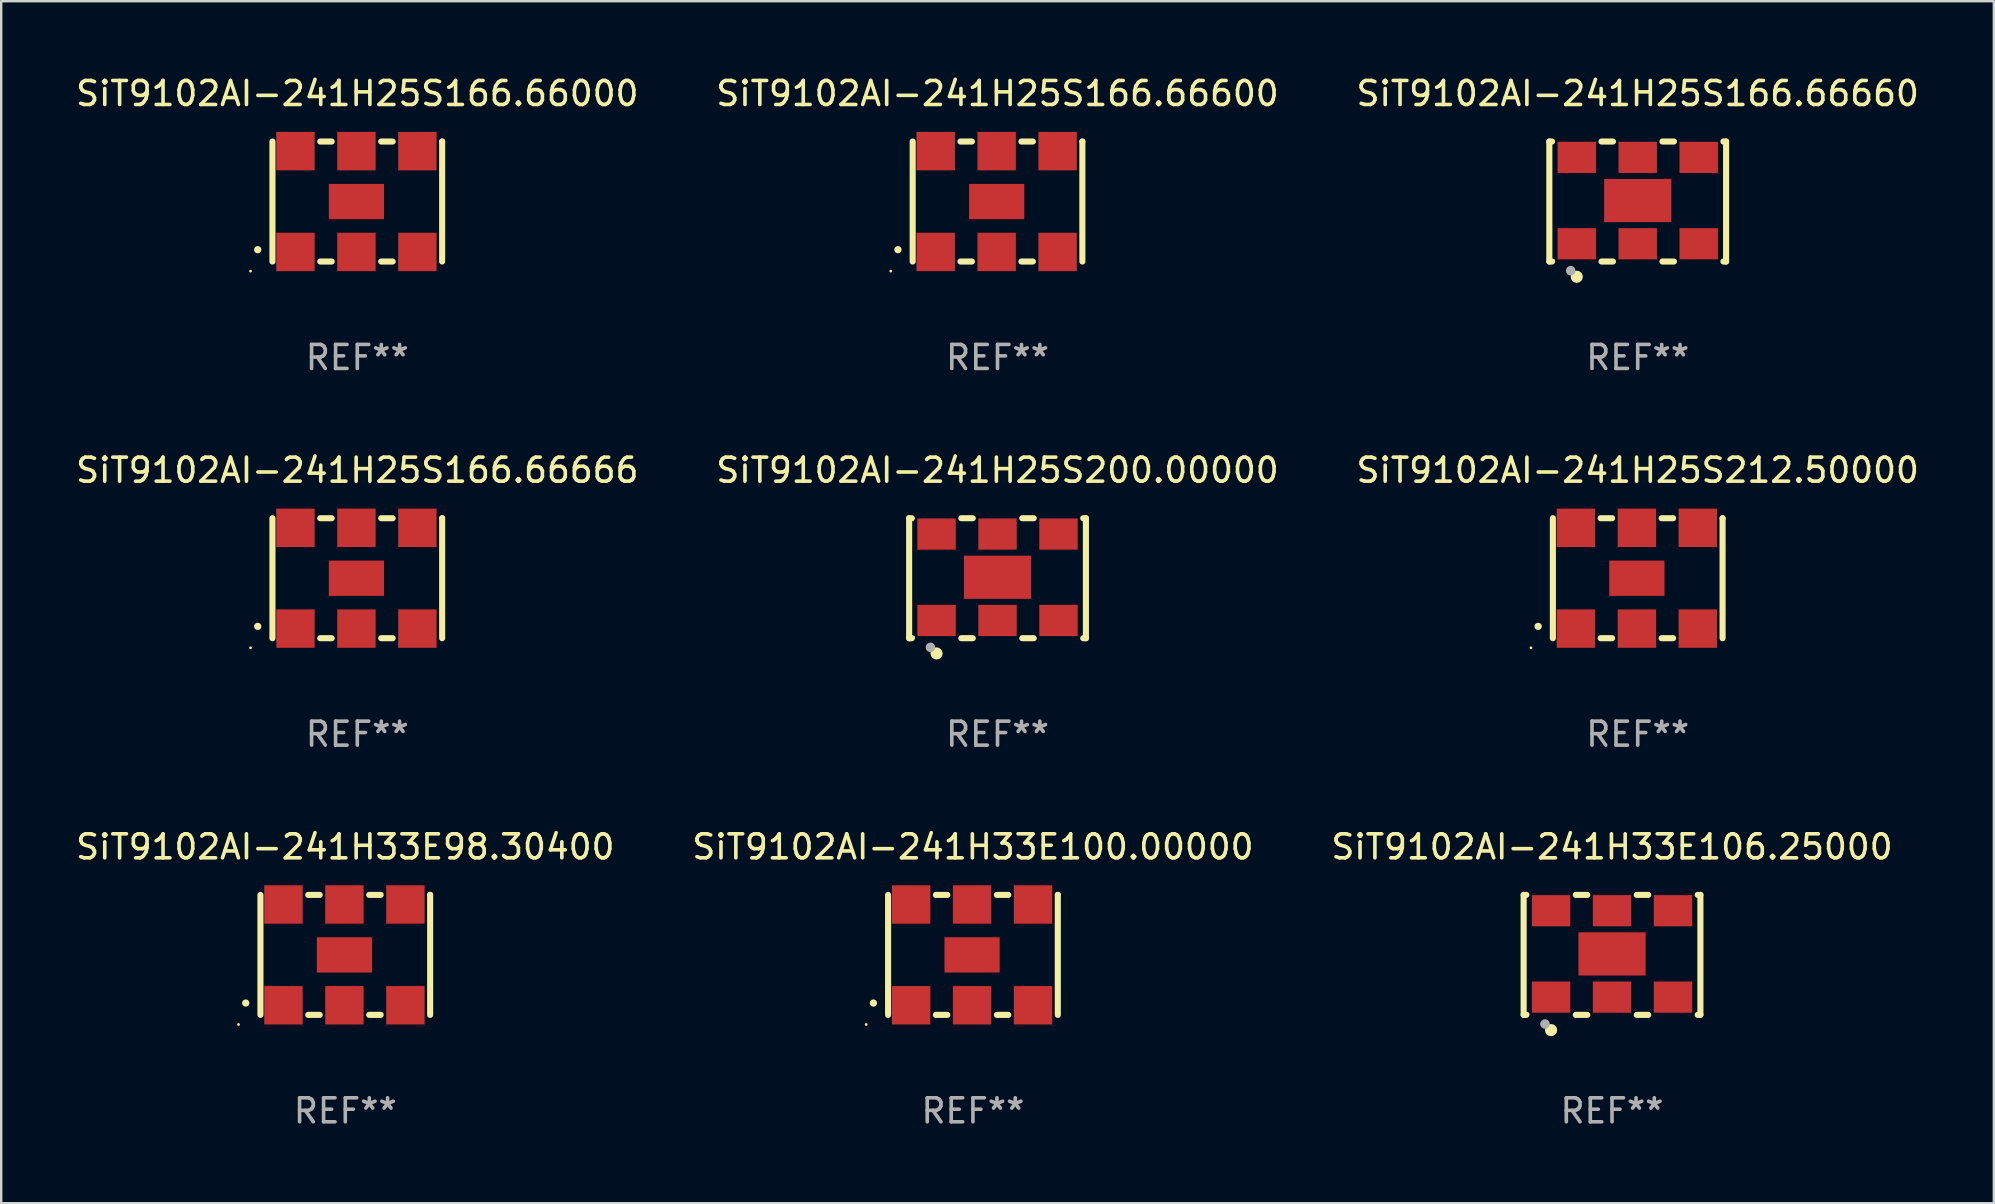
<source format=kicad_pcb>
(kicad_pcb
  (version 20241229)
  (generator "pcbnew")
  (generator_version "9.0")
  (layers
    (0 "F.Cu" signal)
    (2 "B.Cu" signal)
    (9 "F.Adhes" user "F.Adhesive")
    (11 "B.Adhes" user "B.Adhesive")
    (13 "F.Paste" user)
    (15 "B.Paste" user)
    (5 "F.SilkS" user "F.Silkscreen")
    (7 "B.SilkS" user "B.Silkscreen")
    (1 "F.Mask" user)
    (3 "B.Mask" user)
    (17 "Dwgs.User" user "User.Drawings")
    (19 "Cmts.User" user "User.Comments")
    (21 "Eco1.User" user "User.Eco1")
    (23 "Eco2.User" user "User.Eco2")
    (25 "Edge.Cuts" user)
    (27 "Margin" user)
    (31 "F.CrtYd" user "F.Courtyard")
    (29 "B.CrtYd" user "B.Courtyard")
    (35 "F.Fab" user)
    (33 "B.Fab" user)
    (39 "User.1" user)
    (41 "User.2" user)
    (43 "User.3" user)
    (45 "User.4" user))
  (footprint "SiT9102AI-241H25S166.66000"
    (layer "F.Cu")
    (at 11.839 5.348)
    (property "Reference" "SiT9102AI-241H25S166.66000" (at 0 -4.5 0) (layer "F.SilkS") (effects (font (size 1 1) (thickness 0.15))))
    (attr through_hole)
    (fp_line (start -3.536 -2.5) (end -3.536 2.5) (stroke (width 0.254) (type solid)) (layer "F.SilkS"))
    (fp_line (start -1.544 2.5) (end -1.067 2.5) (stroke (width 0.254) (type solid)) (layer "F.SilkS"))
    (fp_line (start -1.067 -2.5) (end -1.544 -2.5) (stroke (width 0.254) (type solid)) (layer "F.SilkS"))
    (fp_line (start 0.996 2.5) (end 1.473 2.5) (stroke (width 0.254) (type solid)) (layer "F.SilkS"))
    (fp_line (start 1.473 -2.5) (end 0.996 -2.5) (stroke (width 0.254) (type solid)) (layer "F.SilkS"))
    (fp_line (start 3.536 -2.5) (end 3.536 -2.5) (stroke (width 0.254) (type solid)) (layer "F.SilkS"))
    (fp_line (start 3.536 2.5) (end 3.536 -2.5) (stroke (width 0.254) (type solid)) (layer "F.SilkS"))
    (fp_arc (start -4.150432 2.006604) (mid -4.149162 2.006599) (end -4.147892 2.006604) (stroke (width 0.3) (type solid)) (layer "F.SilkS"))
    (fp_circle (center -4.449 2.9) (end -4.419 2.9) (stroke (width 0.06) (type solid)) (fill no) (layer "F.SilkS"))
    (fp_text user "REF**" (at 0 6.5 0) (layer "F.Fab") (effects (font (size 1 1) (thickness 0.15))))
    (pad "1" smd rect (at -2.576 2.1) (size 1.6 1.6) (layers "F.Cu" "F.Mask" "F.Paste"))
    (pad "2" smd rect (at -0.036 2.1) (size 1.6 1.6) (layers "F.Cu" "F.Mask" "F.Paste"))
    (pad "3" smd rect (at 2.504 2.1) (size 1.6 1.6) (layers "F.Cu" "F.Mask" "F.Paste"))
    (pad "4" smd rect (at 2.504 -2.1) (size 1.6 1.6) (layers "F.Cu" "F.Mask" "F.Paste"))
    (pad "5" smd rect (at -0.036 -2.1) (size 1.6 1.6) (layers "F.Cu" "F.Mask" "F.Paste"))
    (pad "6" smd rect (at -2.576 -2.1) (size 1.6 1.6) (layers "F.Cu" "F.Mask" "F.Paste"))
    (pad "7" smd rect (at -0.036 0) (size 2.3 1.47) (layers "F.Cu" "F.Mask" "F.Paste")))
  (footprint "SiT9102AI-241H25S212.50000"
    (layer "F.Cu")
    (at 65.196 21.045)
    (property "Reference" "SiT9102AI-241H25S212.50000" (at 0 -4.5 0) (layer "F.SilkS") (effects (font (size 1 1) (thickness 0.15))))
    (attr through_hole)
    (fp_line (start -3.536 -2.5) (end -3.536 2.5) (stroke (width 0.254) (type solid)) (layer "F.SilkS"))
    (fp_line (start -1.544 2.5) (end -1.067 2.5) (stroke (width 0.254) (type solid)) (layer "F.SilkS"))
    (fp_line (start -1.067 -2.5) (end -1.544 -2.5) (stroke (width 0.254) (type solid)) (layer "F.SilkS"))
    (fp_line (start 0.996 2.5) (end 1.473 2.5) (stroke (width 0.254) (type solid)) (layer "F.SilkS"))
    (fp_line (start 1.473 -2.5) (end 0.996 -2.5) (stroke (width 0.254) (type solid)) (layer "F.SilkS"))
    (fp_line (start 3.536 -2.5) (end 3.536 -2.5) (stroke (width 0.254) (type solid)) (layer "F.SilkS"))
    (fp_line (start 3.536 2.5) (end 3.536 -2.5) (stroke (width 0.254) (type solid)) (layer "F.SilkS"))
    (fp_arc (start -4.150432 2.006604) (mid -4.149162 2.006599) (end -4.147892 2.006604) (stroke (width 0.3) (type solid)) (layer "F.SilkS"))
    (fp_circle (center -4.449 2.9) (end -4.419 2.9) (stroke (width 0.06) (type solid)) (fill no) (layer "F.SilkS"))
    (fp_text user "REF**" (at 0 6.5 0) (layer "F.Fab") (effects (font (size 1 1) (thickness 0.15))))
    (pad "1" smd rect (at -2.576 2.1) (size 1.6 1.6) (layers "F.Cu" "F.Mask" "F.Paste"))
    (pad "2" smd rect (at -0.036 2.1) (size 1.6 1.6) (layers "F.Cu" "F.Mask" "F.Paste"))
    (pad "3" smd rect (at 2.504 2.1) (size 1.6 1.6) (layers "F.Cu" "F.Mask" "F.Paste"))
    (pad "4" smd rect (at 2.504 -2.1) (size 1.6 1.6) (layers "F.Cu" "F.Mask" "F.Paste"))
    (pad "5" smd rect (at -0.036 -2.1) (size 1.6 1.6) (layers "F.Cu" "F.Mask" "F.Paste"))
    (pad "6" smd rect (at -2.576 -2.1) (size 1.6 1.6) (layers "F.Cu" "F.Mask" "F.Paste"))
    (pad "7" smd rect (at -0.036 0) (size 2.3 1.47) (layers "F.Cu" "F.Mask" "F.Paste")))
  (footprint "SiT9102AI-241H33E106.25000"
    (layer "F.Cu")
    (at 64.125 36.741)
    (property "Reference" "SiT9102AI-241H33E106.25000" (at 0 -4.5 0) (layer "F.SilkS") (effects (font (size 1 1) (thickness 0.15))))
    (attr through_hole)
    (fp_line (start -3.683 -2.5) (end -3.571 -2.5) (stroke (width 0.254) (type solid)) (layer "F.SilkS"))
    (fp_line (start -3.683 2.5) (end -3.683 -2.5) (stroke (width 0.254) (type solid)) (layer "F.SilkS"))
    (fp_line (start -3.683 2.5) (end -3.571 2.5) (stroke (width 0.254) (type solid)) (layer "F.SilkS"))
    (fp_line (start -1.509 -2.5) (end -1.031 -2.5) (stroke (width 0.254) (type solid)) (layer "F.SilkS"))
    (fp_line (start -1.509 2.5) (end -1.031 2.5) (stroke (width 0.254) (type solid)) (layer "F.SilkS"))
    (fp_line (start 1.031 -2.5) (end 1.509 -2.5) (stroke (width 0.254) (type solid)) (layer "F.SilkS"))
    (fp_line (start 1.031 2.5) (end 1.509 2.5) (stroke (width 0.254) (type solid)) (layer "F.SilkS"))
    (fp_line (start 3.571 -2.5) (end 3.683 -2.5) (stroke (width 0.254) (type solid)) (layer "F.SilkS"))
    (fp_line (start 3.571 2.5) (end 3.683 2.5) (stroke (width 0.254) (type solid)) (layer "F.SilkS"))
    (fp_line (start 3.683 2.5) (end 3.683 -2.5) (stroke (width 0.254) (type solid)) (layer "F.SilkS"))
    (fp_circle (center -3.5 2.46) (end -3.47 2.46) (stroke (width 0.06) (type solid)) (fill no) (layer "F.SilkS"))
    (fp_circle (center -2.54 3.135) (end -2.413 3.135) (stroke (width 0.254) (type solid)) (fill no) (layer "F.SilkS"))
    (fp_circle (center -2.794 2.881) (end -2.694 2.881) (stroke (width 0.2) (type solid)) (fill no) (layer "F.Fab"))
    (fp_text user "REF**" (at 0 6.5 0) (layer "F.Fab") (effects (font (size 1 1) (thickness 0.15))))
    (pad "1" smd rect (at -2.54 1.76) (size 1.6 1.3) (layers "F.Cu" "F.Mask" "F.Paste"))
    (pad "2" smd rect (at 0 1.76) (size 1.6 1.3) (layers "F.Cu" "F.Mask" "F.Paste"))
    (pad "3" smd rect (at 2.54 1.76) (size 1.6 1.3) (layers "F.Cu" "F.Mask" "F.Paste"))
    (pad "4" smd rect (at 2.54 -1.84) (size 1.6 1.3) (layers "F.Cu" "F.Mask" "F.Paste"))
    (pad "5" smd rect (at 0 -1.84) (size 1.6 1.3) (layers "F.Cu" "F.Mask" "F.Paste"))
    (pad "6" smd rect (at -2.54 -1.84) (size 1.6 1.3) (layers "F.Cu" "F.Mask" "F.Paste"))
    (pad "7" smd rect (at 0 -0.04) (size 2.8 1.8) (layers "F.Cu" "F.Mask" "F.Paste")))
  (footprint "SiT9102AI-241H33E98.30400"
    (layer "F.Cu")
    (at 11.339 36.741)
    (property "Reference" "SiT9102AI-241H33E98.30400" (at 0 -4.5 0) (layer "F.SilkS") (effects (font (size 1 1) (thickness 0.15))))
    (attr through_hole)
    (fp_line (start -3.536 -2.5) (end -3.536 2.5) (stroke (width 0.254) (type solid)) (layer "F.SilkS"))
    (fp_line (start -1.544 2.5) (end -1.067 2.5) (stroke (width 0.254) (type solid)) (layer "F.SilkS"))
    (fp_line (start -1.067 -2.5) (end -1.544 -2.5) (stroke (width 0.254) (type solid)) (layer "F.SilkS"))
    (fp_line (start 0.996 2.5) (end 1.473 2.5) (stroke (width 0.254) (type solid)) (layer "F.SilkS"))
    (fp_line (start 1.473 -2.5) (end 0.996 -2.5) (stroke (width 0.254) (type solid)) (layer "F.SilkS"))
    (fp_line (start 3.536 -2.5) (end 3.536 -2.5) (stroke (width 0.254) (type solid)) (layer "F.SilkS"))
    (fp_line (start 3.536 2.5) (end 3.536 -2.5) (stroke (width 0.254) (type solid)) (layer "F.SilkS"))
    (fp_arc (start -4.150432 2.006604) (mid -4.149162 2.006599) (end -4.147892 2.006604) (stroke (width 0.3) (type solid)) (layer "F.SilkS"))
    (fp_circle (center -4.449 2.9) (end -4.419 2.9) (stroke (width 0.06) (type solid)) (fill no) (layer "F.SilkS"))
    (fp_text user "REF**" (at 0 6.5 0) (layer "F.Fab") (effects (font (size 1 1) (thickness 0.15))))
    (pad "1" smd rect (at -2.576 2.1) (size 1.6 1.6) (layers "F.Cu" "F.Mask" "F.Paste"))
    (pad "2" smd rect (at -0.036 2.1) (size 1.6 1.6) (layers "F.Cu" "F.Mask" "F.Paste"))
    (pad "3" smd rect (at 2.504 2.1) (size 1.6 1.6) (layers "F.Cu" "F.Mask" "F.Paste"))
    (pad "4" smd rect (at 2.504 -2.1) (size 1.6 1.6) (layers "F.Cu" "F.Mask" "F.Paste"))
    (pad "5" smd rect (at -0.036 -2.1) (size 1.6 1.6) (layers "F.Cu" "F.Mask" "F.Paste"))
    (pad "6" smd rect (at -2.576 -2.1) (size 1.6 1.6) (layers "F.Cu" "F.Mask" "F.Paste"))
    (pad "7" smd rect (at -0.036 0) (size 2.3 1.47) (layers "F.Cu" "F.Mask" "F.Paste")))
  (footprint "SiT9102AI-241H25S166.66600"
    (layer "F.Cu")
    (at 38.518 5.348)
    (property "Reference" "SiT9102AI-241H25S166.66600" (at 0 -4.5 0) (layer "F.SilkS") (effects (font (size 1 1) (thickness 0.15))))
    (attr through_hole)
    (fp_line (start -3.536 -2.5) (end -3.536 2.5) (stroke (width 0.254) (type solid)) (layer "F.SilkS"))
    (fp_line (start -1.544 2.5) (end -1.067 2.5) (stroke (width 0.254) (type solid)) (layer "F.SilkS"))
    (fp_line (start -1.067 -2.5) (end -1.544 -2.5) (stroke (width 0.254) (type solid)) (layer "F.SilkS"))
    (fp_line (start 0.996 2.5) (end 1.473 2.5) (stroke (width 0.254) (type solid)) (layer "F.SilkS"))
    (fp_line (start 1.473 -2.5) (end 0.996 -2.5) (stroke (width 0.254) (type solid)) (layer "F.SilkS"))
    (fp_line (start 3.536 -2.5) (end 3.536 -2.5) (stroke (width 0.254) (type solid)) (layer "F.SilkS"))
    (fp_line (start 3.536 2.5) (end 3.536 -2.5) (stroke (width 0.254) (type solid)) (layer "F.SilkS"))
    (fp_arc (start -4.150432 2.006604) (mid -4.149162 2.006599) (end -4.147892 2.006604) (stroke (width 0.3) (type solid)) (layer "F.SilkS"))
    (fp_circle (center -4.449 2.9) (end -4.419 2.9) (stroke (width 0.06) (type solid)) (fill no) (layer "F.SilkS"))
    (fp_text user "REF**" (at 0 6.5 0) (layer "F.Fab") (effects (font (size 1 1) (thickness 0.15))))
    (pad "1" smd rect (at -2.576 2.1) (size 1.6 1.6) (layers "F.Cu" "F.Mask" "F.Paste"))
    (pad "2" smd rect (at -0.036 2.1) (size 1.6 1.6) (layers "F.Cu" "F.Mask" "F.Paste"))
    (pad "3" smd rect (at 2.504 2.1) (size 1.6 1.6) (layers "F.Cu" "F.Mask" "F.Paste"))
    (pad "4" smd rect (at 2.504 -2.1) (size 1.6 1.6) (layers "F.Cu" "F.Mask" "F.Paste"))
    (pad "5" smd rect (at -0.036 -2.1) (size 1.6 1.6) (layers "F.Cu" "F.Mask" "F.Paste"))
    (pad "6" smd rect (at -2.576 -2.1) (size 1.6 1.6) (layers "F.Cu" "F.Mask" "F.Paste"))
    (pad "7" smd rect (at -0.036 0) (size 2.3 1.47) (layers "F.Cu" "F.Mask" "F.Paste")))
  (footprint "SiT9102AI-241H25S200.00000"
    (layer "F.Cu")
    (at 38.518 21.045)
    (property "Reference" "SiT9102AI-241H25S200.00000" (at 0 -4.5 0) (layer "F.SilkS") (effects (font (size 1 1) (thickness 0.15))))
    (attr through_hole)
    (fp_line (start -3.683 -2.5) (end -3.571 -2.5) (stroke (width 0.254) (type solid)) (layer "F.SilkS"))
    (fp_line (start -3.683 2.5) (end -3.683 -2.5) (stroke (width 0.254) (type solid)) (layer "F.SilkS"))
    (fp_line (start -3.683 2.5) (end -3.571 2.5) (stroke (width 0.254) (type solid)) (layer "F.SilkS"))
    (fp_line (start -1.509 -2.5) (end -1.031 -2.5) (stroke (width 0.254) (type solid)) (layer "F.SilkS"))
    (fp_line (start -1.509 2.5) (end -1.031 2.5) (stroke (width 0.254) (type solid)) (layer "F.SilkS"))
    (fp_line (start 1.031 -2.5) (end 1.509 -2.5) (stroke (width 0.254) (type solid)) (layer "F.SilkS"))
    (fp_line (start 1.031 2.5) (end 1.509 2.5) (stroke (width 0.254) (type solid)) (layer "F.SilkS"))
    (fp_line (start 3.571 -2.5) (end 3.683 -2.5) (stroke (width 0.254) (type solid)) (layer "F.SilkS"))
    (fp_line (start 3.571 2.5) (end 3.683 2.5) (stroke (width 0.254) (type solid)) (layer "F.SilkS"))
    (fp_line (start 3.683 2.5) (end 3.683 -2.5) (stroke (width 0.254) (type solid)) (layer "F.SilkS"))
    (fp_circle (center -3.5 2.46) (end -3.47 2.46) (stroke (width 0.06) (type solid)) (fill no) (layer "F.SilkS"))
    (fp_circle (center -2.54 3.135) (end -2.413 3.135) (stroke (width 0.254) (type solid)) (fill no) (layer "F.SilkS"))
    (fp_circle (center -2.794 2.881) (end -2.694 2.881) (stroke (width 0.2) (type solid)) (fill no) (layer "F.Fab"))
    (fp_text user "REF**" (at 0 6.5 0) (layer "F.Fab") (effects (font (size 1 1) (thickness 0.15))))
    (pad "1" smd rect (at -2.54 1.76) (size 1.6 1.3) (layers "F.Cu" "F.Mask" "F.Paste"))
    (pad "2" smd rect (at 0 1.76) (size 1.6 1.3) (layers "F.Cu" "F.Mask" "F.Paste"))
    (pad "3" smd rect (at 2.54 1.76) (size 1.6 1.3) (layers "F.Cu" "F.Mask" "F.Paste"))
    (pad "4" smd rect (at 2.54 -1.84) (size 1.6 1.3) (layers "F.Cu" "F.Mask" "F.Paste"))
    (pad "5" smd rect (at 0 -1.84) (size 1.6 1.3) (layers "F.Cu" "F.Mask" "F.Paste"))
    (pad "6" smd rect (at -2.54 -1.84) (size 1.6 1.3) (layers "F.Cu" "F.Mask" "F.Paste"))
    (pad "7" smd rect (at 0 -0.04) (size 2.8 1.8) (layers "F.Cu" "F.Mask" "F.Paste")))
  (footprint "SiT9102AI-241H33E100.00000"
    (layer "F.Cu")
    (at 37.494 36.741)
    (property "Reference" "SiT9102AI-241H33E100.00000" (at 0 -4.5 0) (layer "F.SilkS") (effects (font (size 1 1) (thickness 0.15))))
    (attr through_hole)
    (fp_line (start -3.536 -2.5) (end -3.536 2.5) (stroke (width 0.254) (type solid)) (layer "F.SilkS"))
    (fp_line (start -1.544 2.5) (end -1.067 2.5) (stroke (width 0.254) (type solid)) (layer "F.SilkS"))
    (fp_line (start -1.067 -2.5) (end -1.544 -2.5) (stroke (width 0.254) (type solid)) (layer "F.SilkS"))
    (fp_line (start 0.996 2.5) (end 1.473 2.5) (stroke (width 0.254) (type solid)) (layer "F.SilkS"))
    (fp_line (start 1.473 -2.5) (end 0.996 -2.5) (stroke (width 0.254) (type solid)) (layer "F.SilkS"))
    (fp_line (start 3.536 -2.5) (end 3.536 -2.5) (stroke (width 0.254) (type solid)) (layer "F.SilkS"))
    (fp_line (start 3.536 2.5) (end 3.536 -2.5) (stroke (width 0.254) (type solid)) (layer "F.SilkS"))
    (fp_arc (start -4.150432 2.006604) (mid -4.149162 2.006599) (end -4.147892 2.006604) (stroke (width 0.3) (type solid)) (layer "F.SilkS"))
    (fp_circle (center -4.449 2.9) (end -4.419 2.9) (stroke (width 0.06) (type solid)) (fill no) (layer "F.SilkS"))
    (fp_text user "REF**" (at 0 6.5 0) (layer "F.Fab") (effects (font (size 1 1) (thickness 0.15))))
    (pad "1" smd rect (at -2.576 2.1) (size 1.6 1.6) (layers "F.Cu" "F.Mask" "F.Paste"))
    (pad "2" smd rect (at -0.036 2.1) (size 1.6 1.6) (layers "F.Cu" "F.Mask" "F.Paste"))
    (pad "3" smd rect (at 2.504 2.1) (size 1.6 1.6) (layers "F.Cu" "F.Mask" "F.Paste"))
    (pad "4" smd rect (at 2.504 -2.1) (size 1.6 1.6) (layers "F.Cu" "F.Mask" "F.Paste"))
    (pad "5" smd rect (at -0.036 -2.1) (size 1.6 1.6) (layers "F.Cu" "F.Mask" "F.Paste"))
    (pad "6" smd rect (at -2.576 -2.1) (size 1.6 1.6) (layers "F.Cu" "F.Mask" "F.Paste"))
    (pad "7" smd rect (at -0.036 0) (size 2.3 1.47) (layers "F.Cu" "F.Mask" "F.Paste")))
  (footprint "SiT9102AI-241H25S166.66660"
    (layer "F.Cu")
    (at 65.196 5.348)
    (property "Reference" "SiT9102AI-241H25S166.66660" (at 0 -4.5 0) (layer "F.SilkS") (effects (font (size 1 1) (thickness 0.15))))
    (attr through_hole)
    (fp_line (start -3.683 -2.5) (end -3.571 -2.5) (stroke (width 0.254) (type solid)) (layer "F.SilkS"))
    (fp_line (start -3.683 2.5) (end -3.683 -2.5) (stroke (width 0.254) (type solid)) (layer "F.SilkS"))
    (fp_line (start -3.683 2.5) (end -3.571 2.5) (stroke (width 0.254) (type solid)) (layer "F.SilkS"))
    (fp_line (start -1.509 -2.5) (end -1.031 -2.5) (stroke (width 0.254) (type solid)) (layer "F.SilkS"))
    (fp_line (start -1.509 2.5) (end -1.031 2.5) (stroke (width 0.254) (type solid)) (layer "F.SilkS"))
    (fp_line (start 1.031 -2.5) (end 1.509 -2.5) (stroke (width 0.254) (type solid)) (layer "F.SilkS"))
    (fp_line (start 1.031 2.5) (end 1.509 2.5) (stroke (width 0.254) (type solid)) (layer "F.SilkS"))
    (fp_line (start 3.571 -2.5) (end 3.683 -2.5) (stroke (width 0.254) (type solid)) (layer "F.SilkS"))
    (fp_line (start 3.571 2.5) (end 3.683 2.5) (stroke (width 0.254) (type solid)) (layer "F.SilkS"))
    (fp_line (start 3.683 2.5) (end 3.683 -2.5) (stroke (width 0.254) (type solid)) (layer "F.SilkS"))
    (fp_circle (center -3.5 2.46) (end -3.47 2.46) (stroke (width 0.06) (type solid)) (fill no) (layer "F.SilkS"))
    (fp_circle (center -2.54 3.135) (end -2.413 3.135) (stroke (width 0.254) (type solid)) (fill no) (layer "F.SilkS"))
    (fp_circle (center -2.794 2.881) (end -2.694 2.881) (stroke (width 0.2) (type solid)) (fill no) (layer "F.Fab"))
    (fp_text user "REF**" (at 0 6.5 0) (layer "F.Fab") (effects (font (size 1 1) (thickness 0.15))))
    (pad "1" smd rect (at -2.54 1.76) (size 1.6 1.3) (layers "F.Cu" "F.Mask" "F.Paste"))
    (pad "2" smd rect (at 0 1.76) (size 1.6 1.3) (layers "F.Cu" "F.Mask" "F.Paste"))
    (pad "3" smd rect (at 2.54 1.76) (size 1.6 1.3) (layers "F.Cu" "F.Mask" "F.Paste"))
    (pad "4" smd rect (at 2.54 -1.84) (size 1.6 1.3) (layers "F.Cu" "F.Mask" "F.Paste"))
    (pad "5" smd rect (at 0 -1.84) (size 1.6 1.3) (layers "F.Cu" "F.Mask" "F.Paste"))
    (pad "6" smd rect (at -2.54 -1.84) (size 1.6 1.3) (layers "F.Cu" "F.Mask" "F.Paste"))
    (pad "7" smd rect (at 0 -0.04) (size 2.8 1.8) (layers "F.Cu" "F.Mask" "F.Paste")))
  (footprint "SiT9102AI-241H25S166.66666"
    (layer "F.Cu")
    (at 11.839 21.045)
    (property "Reference" "SiT9102AI-241H25S166.66666" (at 0 -4.5 0) (layer "F.SilkS") (effects (font (size 1 1) (thickness 0.15))))
    (attr through_hole)
    (fp_line (start -3.536 -2.5) (end -3.536 2.5) (stroke (width 0.254) (type solid)) (layer "F.SilkS"))
    (fp_line (start -1.544 2.5) (end -1.067 2.5) (stroke (width 0.254) (type solid)) (layer "F.SilkS"))
    (fp_line (start -1.067 -2.5) (end -1.544 -2.5) (stroke (width 0.254) (type solid)) (layer "F.SilkS"))
    (fp_line (start 0.996 2.5) (end 1.473 2.5) (stroke (width 0.254) (type solid)) (layer "F.SilkS"))
    (fp_line (start 1.473 -2.5) (end 0.996 -2.5) (stroke (width 0.254) (type solid)) (layer "F.SilkS"))
    (fp_line (start 3.536 -2.5) (end 3.536 -2.5) (stroke (width 0.254) (type solid)) (layer "F.SilkS"))
    (fp_line (start 3.536 2.5) (end 3.536 -2.5) (stroke (width 0.254) (type solid)) (layer "F.SilkS"))
    (fp_arc (start -4.150432 2.006604) (mid -4.149162 2.006599) (end -4.147892 2.006604) (stroke (width 0.3) (type solid)) (layer "F.SilkS"))
    (fp_circle (center -4.449 2.9) (end -4.419 2.9) (stroke (width 0.06) (type solid)) (fill no) (layer "F.SilkS"))
    (fp_text user "REF**" (at 0 6.5 0) (layer "F.Fab") (effects (font (size 1 1) (thickness 0.15))))
    (pad "1" smd rect (at -2.576 2.1) (size 1.6 1.6) (layers "F.Cu" "F.Mask" "F.Paste"))
    (pad "2" smd rect (at -0.036 2.1) (size 1.6 1.6) (layers "F.Cu" "F.Mask" "F.Paste"))
    (pad "3" smd rect (at 2.504 2.1) (size 1.6 1.6) (layers "F.Cu" "F.Mask" "F.Paste"))
    (pad "4" smd rect (at 2.504 -2.1) (size 1.6 1.6) (layers "F.Cu" "F.Mask" "F.Paste"))
    (pad "5" smd rect (at -0.036 -2.1) (size 1.6 1.6) (layers "F.Cu" "F.Mask" "F.Paste"))
    (pad "6" smd rect (at -2.576 -2.1) (size 1.6 1.6) (layers "F.Cu" "F.Mask" "F.Paste"))
    (pad "7" smd rect (at -0.036 0) (size 2.3 1.47) (layers "F.Cu" "F.Mask" "F.Paste")))
  (gr_rect
    (start -3 -3)
    (end 80.036 47.09)
    (stroke (width 0.1) (type default))
    (fill no)
    (layer "Edge.Cuts")))
</source>
